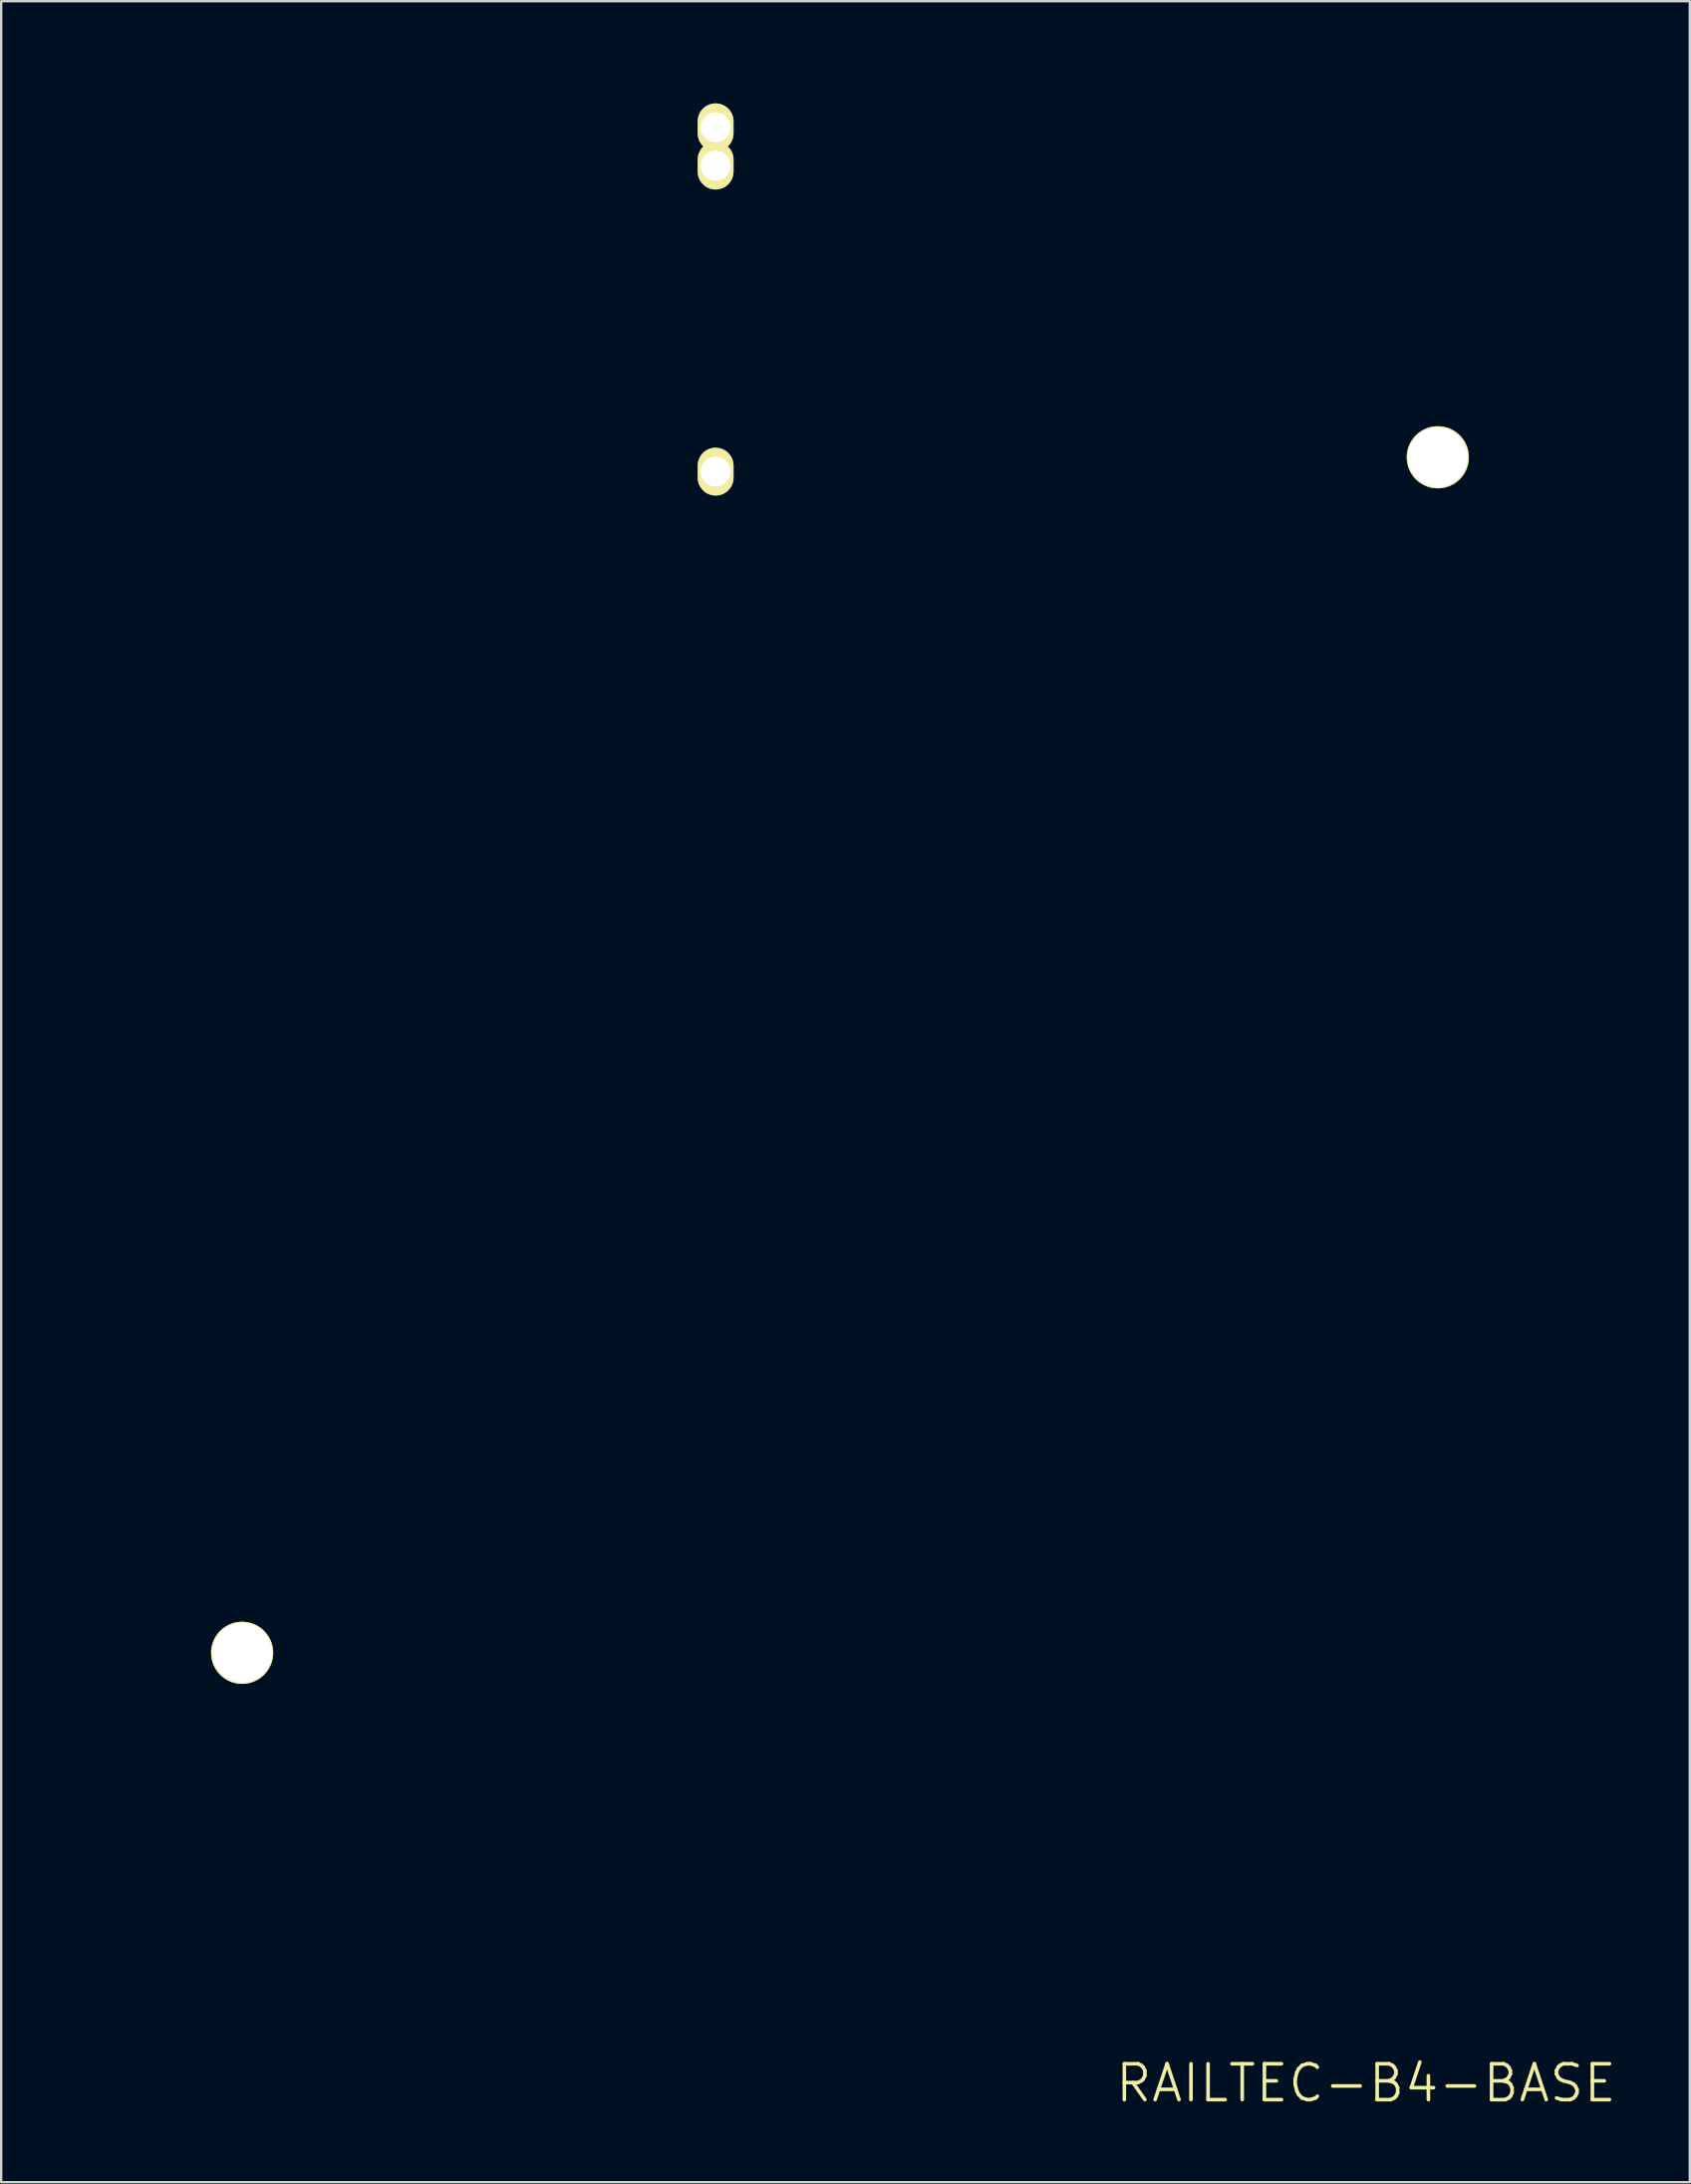
<source format=kicad_pcb>
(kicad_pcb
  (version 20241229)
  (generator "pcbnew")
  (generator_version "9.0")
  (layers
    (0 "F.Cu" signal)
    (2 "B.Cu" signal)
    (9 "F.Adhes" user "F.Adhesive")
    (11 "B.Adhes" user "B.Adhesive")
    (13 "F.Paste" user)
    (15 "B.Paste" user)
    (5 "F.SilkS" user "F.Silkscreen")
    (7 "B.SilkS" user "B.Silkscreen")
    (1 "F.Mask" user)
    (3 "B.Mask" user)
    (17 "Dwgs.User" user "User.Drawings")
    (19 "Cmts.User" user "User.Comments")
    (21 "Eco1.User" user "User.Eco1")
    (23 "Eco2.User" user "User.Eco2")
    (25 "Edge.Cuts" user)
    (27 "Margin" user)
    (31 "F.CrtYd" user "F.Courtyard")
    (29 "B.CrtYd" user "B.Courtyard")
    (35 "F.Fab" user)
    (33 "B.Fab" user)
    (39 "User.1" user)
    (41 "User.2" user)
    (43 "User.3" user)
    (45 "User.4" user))
  (footprint "RAILTEC-B4-BASE"
    (layer "F.Cu")
    (at 32.075 41.075)
    (property "Reference" "RAILTEC-B4-BASE" (at 22 43 0) (layer "F.SilkS") (effects (font (size 1.5 1.5) (thickness 0.15))))
    (attr through_hole)
    (fp_line (start -32 -41) (end 32 -41) (stroke (width 0.15) (type solid)) (layer "Eco2.User"))
    (fp_line (start -32 -5) (end -32 -41) (stroke (width 0.15) (type solid)) (layer "Eco2.User"))
    (fp_line (start -32 5) (end -32 41) (stroke (width 0.15) (type solid)) (layer "Eco2.User"))
    (fp_line (start -30 -5) (end -32 -5) (stroke (width 0.15) (type solid)) (layer "Eco2.User"))
    (fp_line (start -30 0) (end -30 -5) (stroke (width 0.15) (type solid)) (layer "Eco2.User"))
    (fp_line (start -30 0) (end -30 5) (stroke (width 0.15) (type solid)) (layer "Eco2.User"))
    (fp_line (start -30 5) (end -32 5) (stroke (width 0.15) (type solid)) (layer "Eco2.User"))
    (fp_line (start 30 -5) (end 32 -5) (stroke (width 0.15) (type solid)) (layer "Eco2.User"))
    (fp_line (start 30 0) (end 30 -5) (stroke (width 0.15) (type solid)) (layer "Eco2.User"))
    (fp_line (start 30 0) (end 30 5) (stroke (width 0.15) (type solid)) (layer "Eco2.User"))
    (fp_line (start 30 5) (end 32 5) (stroke (width 0.15) (type solid)) (layer "Eco2.User"))
    (fp_line (start 32 -5) (end 32 -41) (stroke (width 0.15) (type solid)) (layer "Eco2.User"))
    (fp_line (start 32 5) (end 32 41) (stroke (width 0.15) (type solid)) (layer "Eco2.User"))
    (fp_line (start 32 41) (end -32 41) (stroke (width 0.15) (type solid)) (layer "Eco2.User"))
    (pad "0" thru_hole circle (at -25 25) (size 2.6 2.6) (drill 2.5) (layers "*.Cu" "*.Mask" "F.SilkS"))
    (pad "0" thru_hole circle (at 25 -25) (size 2.6 2.6) (drill 2.5) (layers "*.Cu" "*.Mask" "F.SilkS"))
    (pad "6" thru_hole oval (at -5.2 -38.8) (size 1.5 2) (drill 1.25) (layers "*.Cu" "*.Mask" "F.SilkS"))
    (pad "6" thru_hole oval (at -5.2 -37.2) (size 1.5 2) (drill 1.25) (layers "*.Cu" "*.Mask" "F.SilkS"))
    (pad "6" thru_hole oval (at -5.2 -24.4) (size 1.5 2) (drill 1.25) (layers "*.Cu" "*.Mask" "F.SilkS")))
  (gr_rect
    (start -3 -3)
    (end 67.614 88.216)
    (stroke (width 0.1) (type default))
    (fill no)
    (layer "Edge.Cuts")))
</source>
